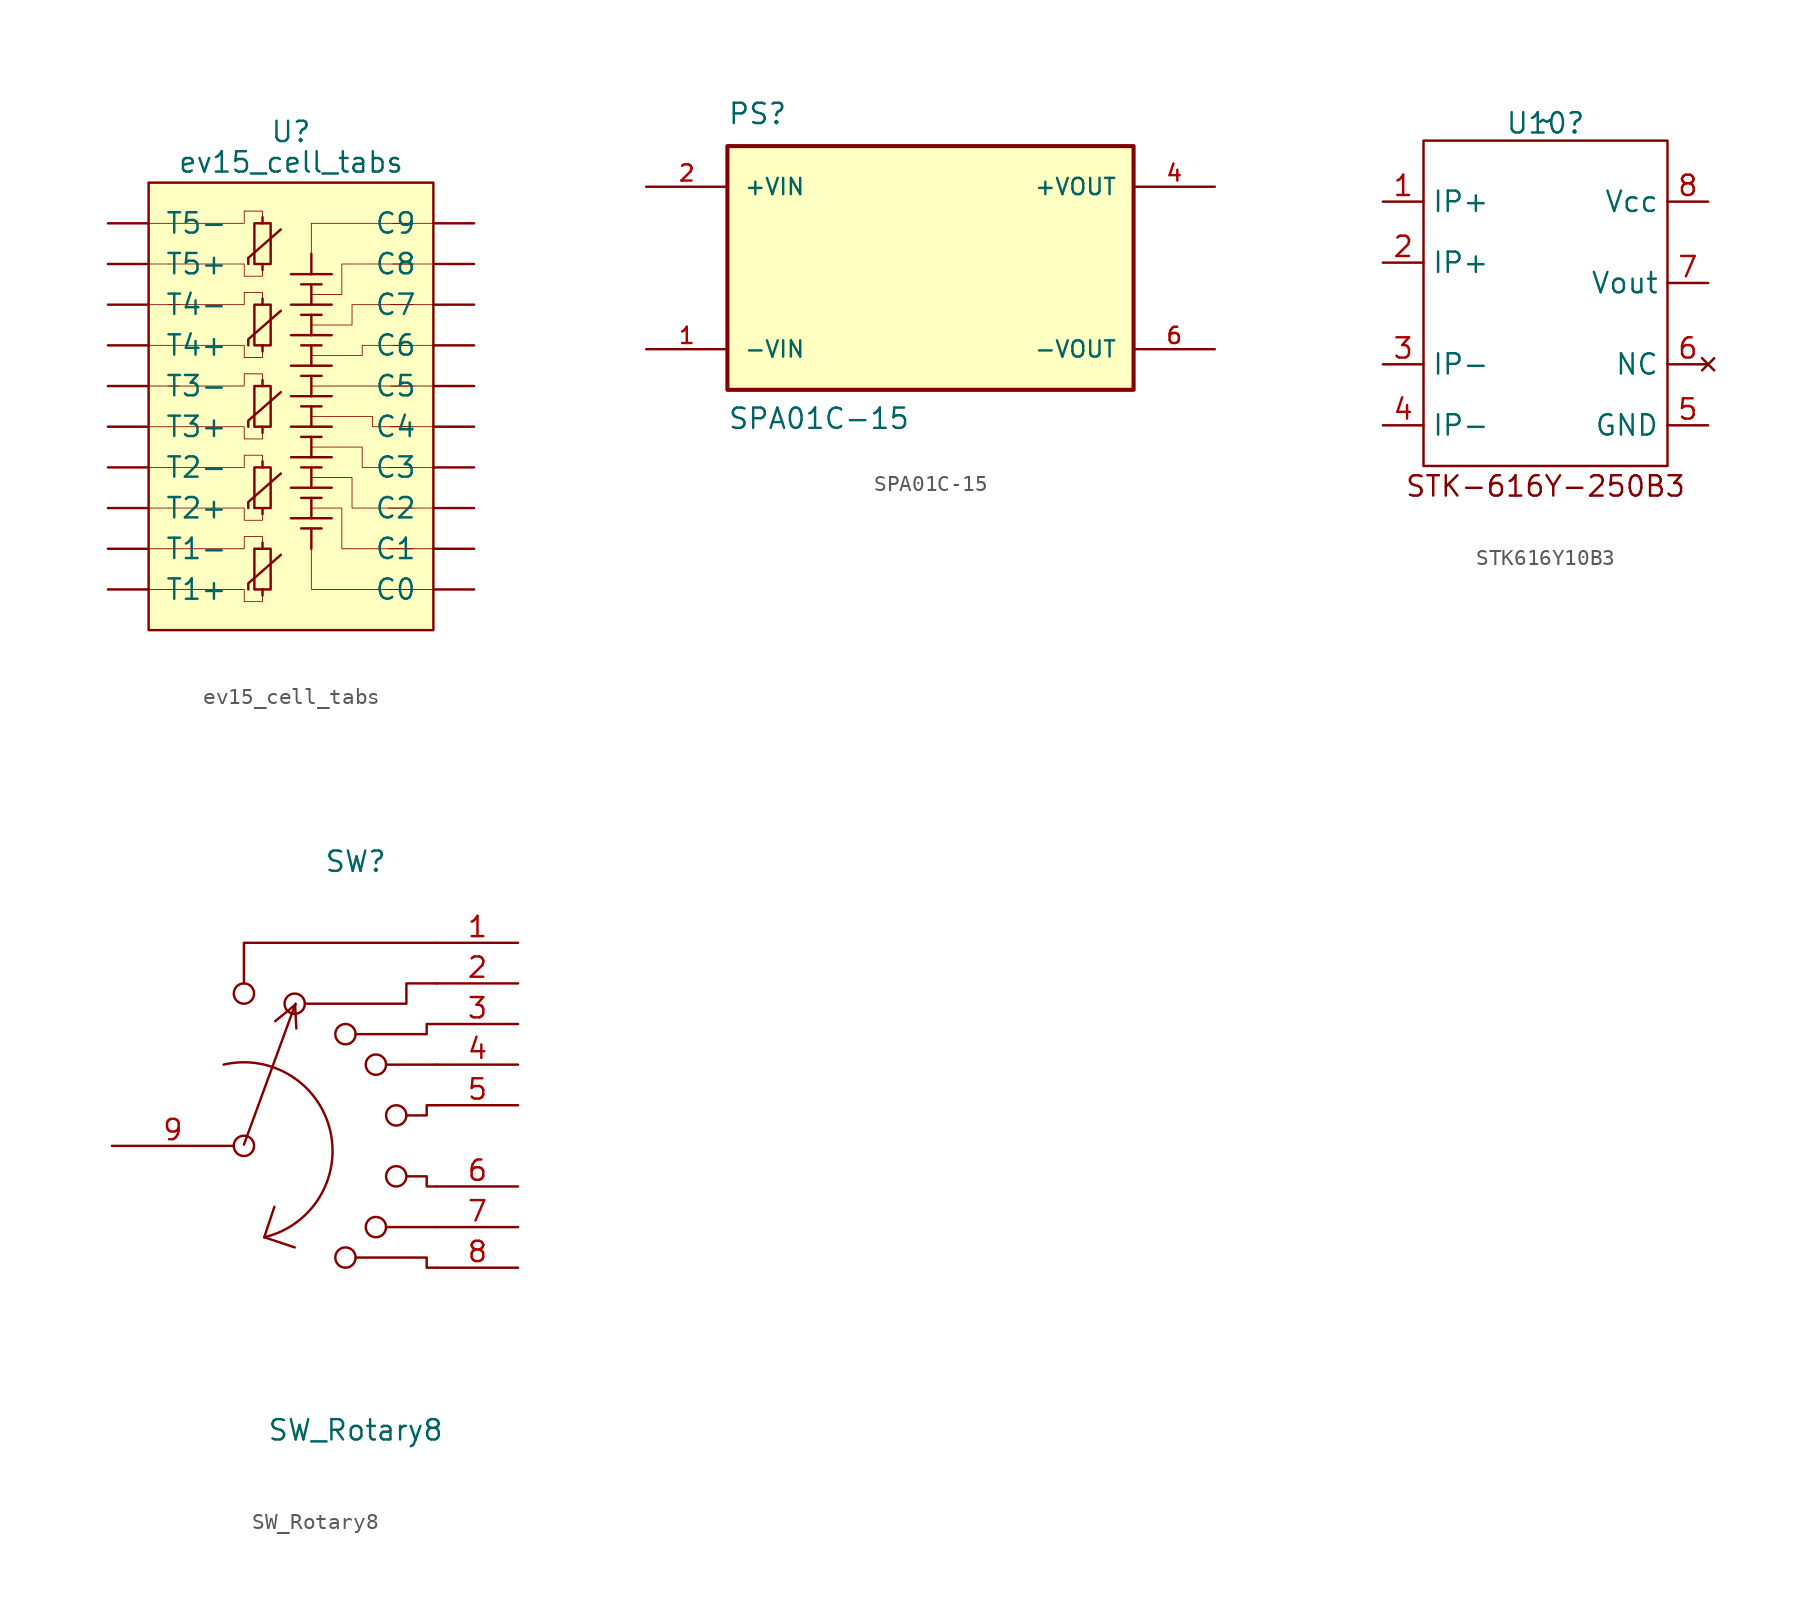
<source format=kicad_sym>
(kicad_symbol_lib
  (version 20241209)
  (generator "kicad_symbol_editor")
  (generator_version "9.0")
  (symbol "ev15_cell_tabs"
    (pin_numbers
      (hide yes))
    (pin_names
      (offset 1.016))
    (property "Reference" "U"
      (at 11.43 5.715 0)
      (effects (font (size 1.27 1.27))))
    (property "Value" "ev15_cell_tabs"
      (at 11.43 3.81 0)
      (effects (font (size 1.27 1.27))))
    (symbol "ev15_cell_tabs_0_1"
      (rectangle (start 2.54 2.54) (end 20.32 -25.4) (stroke (width 0) (type solid)) (fill (type background)))
      (polyline (pts (xy 2.54 0) (xy 3.81 0)) (stroke (width 0.051) (type solid)) (fill (type none)))
      (polyline (pts (xy 2.54 -5.08) (xy 4.445 -5.08)) (stroke (width 0.051) (type solid)) (fill (type none)))
      (polyline (pts (xy 2.54 -10.16) (xy 4.445 -10.16)) (stroke (width 0.051) (type solid)) (fill (type none)))
      (polyline (pts (xy 2.54 -15.24) (xy 3.81 -15.24)) (stroke (width 0.051) (type solid)) (fill (type none)))
      (polyline (pts (xy 2.54 -20.32) (xy 3.81 -20.32)) (stroke (width 0.051) (type solid)) (fill (type none)))
      (polyline (pts (xy 3.81 -2.54) (xy 2.54 -2.54)) (stroke (width 0.051) (type solid)) (fill (type none)))
      (polyline (pts (xy 3.81 -7.62) (xy 2.54 -7.62)) (stroke (width 0.051) (type solid)) (fill (type none)))
      (polyline (pts (xy 3.81 -12.7) (xy 2.54 -12.7)) (stroke (width 0.051) (type solid)) (fill (type none)))
      (polyline (pts (xy 3.81 -17.78) (xy 2.54 -17.78)) (stroke (width 0.051) (type solid)) (fill (type none)))
      (polyline (pts (xy 3.81 -22.86) (xy 2.54 -22.86)) (stroke (width 0.051) (type solid)) (fill (type none)))
      (polyline (pts (xy 3.81 -22.86) (xy 8.509 -22.86) (xy 8.509 -23.622) (xy 9.652 -23.622) (xy 9.652 -23.241)) (stroke (width 0.051) (type solid)) (fill (type none)))
      (polyline (pts (xy 8.763 -2.54) (xy 8.763 -2.159) (xy 10.795 -0.381)) (stroke (width 0) (type solid)) (fill (type none)))
      (rectangle (start 9.144 0) (end 10.16 -2.54) (stroke (width 0) (type solid)) (fill (type none)))
      (polyline (pts (xy 9.652 0) (xy 9.652 0.381)) (stroke (width 0) (type solid)) (fill (type none)))
      (polyline (pts (xy 9.652 -2.54) (xy 9.652 -2.921)) (stroke (width 0) (type solid)) (fill (type none)))
      (polyline (pts (xy 9.652 -19.939) (xy 9.652 -19.558) (xy 8.509 -19.558) (xy 8.509 -20.193) (xy 8.509 -20.32) (xy 3.81 -20.32)) (stroke (width 0.051) (type solid)) (fill (type none)))
      (polyline (pts (xy 11.43 -16.51) (xy 13.97 -16.51)) (stroke (width 0) (type solid)) (fill (type none)))
      (polyline (pts (xy 11.43 -18.415) (xy 13.97 -18.415)) (stroke (width 0) (type solid)) (fill (type none)))
      (polyline (pts (xy 12.065 -17.145) (xy 13.335 -17.145)) (stroke (width 0) (type solid)) (fill (type none)))
      (polyline (pts (xy 12.065 -19.05) (xy 13.335 -19.05)) (stroke (width 0) (type solid)) (fill (type none)))
      (polyline (pts (xy 12.7 -1.905) (xy 12.7 0) (xy 19.05 0)) (stroke (width 0.051) (type solid)) (fill (type none)))
      (polyline (pts (xy 12.7 -3.175) (xy 12.7 -1.905)) (stroke (width 0) (type solid)) (fill (type none)))
      (polyline (pts (xy 12.7 -4.445) (xy 14.605 -4.445) (xy 14.605 -2.54) (xy 19.05 -2.54)) (stroke (width 0.051) (type solid)) (fill (type none)))
      (polyline (pts (xy 12.7 -8.255) (xy 15.875 -8.255) (xy 15.875 -7.62) (xy 19.05 -7.62)) (stroke (width 0.051) (type solid)) (fill (type none)))
      (polyline (pts (xy 12.7 -12.065) (xy 16.51 -12.065) (xy 16.51 -12.7) (xy 19.05 -12.7)) (stroke (width 0.051) (type solid)) (fill (type none)))
      (polyline (pts (xy 12.7 -15.875) (xy 15.24 -15.875) (xy 15.24 -17.78) (xy 19.05 -17.78)) (stroke (width 0.051) (type solid)) (fill (type none)))
      (polyline (pts (xy 12.7 -17.145) (xy 12.7 -18.415)) (stroke (width 0) (type solid)) (fill (type none)))
      (polyline (pts (xy 12.7 -19.05) (xy 12.7 -20.32)) (stroke (width 0) (type solid)) (fill (type none)))
      (polyline (pts (xy 12.7 -20.32) (xy 12.7 -22.86) (xy 19.05 -22.86)) (stroke (width 0.051) (type solid)) (fill (type none)))
      (polyline (pts (xy 17.526 -17.78) (xy 20.828 -17.78)) (stroke (width 0.051) (type solid)) (fill (type none)))
      (polyline (pts (xy 17.526 -20.32) (xy 20.828 -20.32)) (stroke (width 0.051) (type solid)) (fill (type none)))
      (polyline (pts (xy 17.653 -12.7) (xy 20.32 -12.7)) (stroke (width 0.051) (type solid)) (fill (type none)))
      (polyline (pts (xy 17.78 0) (xy 20.32 0)) (stroke (width 0.051) (type solid)) (fill (type none)))
      (polyline (pts (xy 17.78 -7.62) (xy 20.32 -7.62)) (stroke (width 0.051) (type solid)) (fill (type none)))
      (polyline (pts (xy 19.05 -5.08) (xy 15.24 -5.08) (xy 15.24 -6.35) (xy 12.7 -6.35)) (stroke (width 0.051) (type solid)) (fill (type none)))
      (polyline (pts (xy 19.05 -10.16) (xy 12.7 -10.16)) (stroke (width 0.051) (type solid)) (fill (type none)))
      (polyline (pts (xy 19.05 -15.24) (xy 15.875 -15.24) (xy 15.875 -13.97) (xy 12.7 -13.97)) (stroke (width 0.051) (type solid)) (fill (type none)))
      (polyline (pts (xy 19.05 -20.32) (xy 14.605 -20.32) (xy 14.605 -17.78) (xy 12.7 -17.78)) (stroke (width 0.051) (type solid)) (fill (type none)))
      (polyline (pts (xy 20.32 -2.54) (xy 17.78 -2.54)) (stroke (width 0.051) (type solid)) (fill (type none)))
      (polyline (pts (xy 20.32 -10.16) (xy 17.653 -10.16)) (stroke (width 0.051) (type solid)) (fill (type none)))
      (polyline (pts (xy 20.32 -15.24) (xy 17.526 -15.24)) (stroke (width 0.051) (type solid)) (fill (type none)))
      (polyline (pts (xy 20.447 -5.08) (xy 17.653 -5.08)) (stroke (width 0.051) (type solid)) (fill (type none)))
      (polyline (pts (xy 20.574 -22.86) (xy 17.399 -22.86)) (stroke (width 0.051) (type solid)) (fill (type none))))
    (symbol "ev15_cell_tabs_1_1"
      (polyline (pts (xy 3.81 -2.54) (xy 8.509 -2.54) (xy 8.509 -3.302) (xy 9.652 -3.302) (xy 9.652 -2.921)) (stroke (width 0.051) (type solid)) (fill (type none)))
      (polyline (pts (xy 3.81 -7.62) (xy 8.509 -7.62) (xy 8.509 -8.382) (xy 9.652 -8.382) (xy 9.652 -8.001)) (stroke (width 0.051) (type solid)) (fill (type none)))
      (polyline (pts (xy 3.81 -12.7) (xy 8.509 -12.7) (xy 8.509 -13.462) (xy 9.652 -13.462) (xy 9.652 -13.081)) (stroke (width 0.051) (type solid)) (fill (type none)))
      (polyline (pts (xy 3.81 -17.78) (xy 8.509 -17.78) (xy 8.509 -18.542) (xy 9.652 -18.542) (xy 9.652 -18.161)) (stroke (width 0.051) (type solid)) (fill (type none)))
      (polyline (pts (xy 8.763 -7.62) (xy 8.763 -7.239) (xy 10.795 -5.461)) (stroke (width 0) (type solid)) (fill (type none)))
      (polyline (pts (xy 8.763 -12.7) (xy 8.763 -12.319) (xy 10.795 -10.541)) (stroke (width 0) (type solid)) (fill (type none)))
      (polyline (pts (xy 8.763 -17.78) (xy 8.763 -17.399) (xy 10.795 -15.621)) (stroke (width 0) (type solid)) (fill (type none)))
      (polyline (pts (xy 8.763 -22.86) (xy 8.763 -22.479) (xy 10.795 -20.701)) (stroke (width 0) (type solid)) (fill (type none)))
      (rectangle (start 9.144 -5.08) (end 10.16 -7.62) (stroke (width 0) (type solid)) (fill (type none)))
      (rectangle (start 9.144 -10.16) (end 10.16 -12.7) (stroke (width 0) (type solid)) (fill (type none)))
      (rectangle (start 9.144 -15.24) (end 10.16 -17.78) (stroke (width 0) (type solid)) (fill (type none)))
      (rectangle (start 9.144 -20.32) (end 10.16 -22.86) (stroke (width 0) (type solid)) (fill (type none)))
      (polyline (pts (xy 9.652 0.381) (xy 9.652 0.762) (xy 8.509 0.762) (xy 8.509 0.127) (xy 8.509 0) (xy 3.81 0)) (stroke (width 0.051) (type solid)) (fill (type none)))
      (polyline (pts (xy 9.652 -4.699) (xy 9.652 -4.318) (xy 8.509 -4.318) (xy 8.509 -4.953) (xy 8.509 -5.08) (xy 3.81 -5.08)) (stroke (width 0.051) (type solid)) (fill (type none)))
      (polyline (pts (xy 9.652 -5.08) (xy 9.652 -4.699)) (stroke (width 0) (type solid)) (fill (type none)))
      (polyline (pts (xy 9.652 -7.62) (xy 9.652 -8.001)) (stroke (width 0) (type solid)) (fill (type none)))
      (polyline (pts (xy 9.652 -9.779) (xy 9.652 -9.398) (xy 8.509 -9.398) (xy 8.509 -10.033) (xy 8.509 -10.16) (xy 3.81 -10.16)) (stroke (width 0.051) (type solid)) (fill (type none)))
      (polyline (pts (xy 9.652 -10.16) (xy 9.652 -9.779)) (stroke (width 0) (type solid)) (fill (type none)))
      (polyline (pts (xy 9.652 -12.7) (xy 9.652 -13.081)) (stroke (width 0) (type solid)) (fill (type none)))
      (polyline (pts (xy 9.652 -14.859) (xy 9.652 -14.478) (xy 8.509 -14.478) (xy 8.509 -15.113) (xy 8.509 -15.24) (xy 3.81 -15.24)) (stroke (width 0.051) (type solid)) (fill (type none)))
      (polyline (pts (xy 9.652 -15.24) (xy 9.652 -14.859)) (stroke (width 0) (type solid)) (fill (type none)))
      (polyline (pts (xy 9.652 -17.78) (xy 9.652 -18.161)) (stroke (width 0) (type solid)) (fill (type none)))
      (polyline (pts (xy 9.652 -20.32) (xy 9.652 -19.939)) (stroke (width 0) (type solid)) (fill (type none)))
      (polyline (pts (xy 9.652 -22.86) (xy 9.652 -23.241)) (stroke (width 0) (type solid)) (fill (type none)))
      (polyline (pts (xy 11.43 -3.175) (xy 13.97 -3.175)) (stroke (width 0) (type solid)) (fill (type none)))
      (polyline (pts (xy 11.43 -5.08) (xy 13.97 -5.08)) (stroke (width 0) (type solid)) (fill (type none)))
      (polyline (pts (xy 11.43 -6.985) (xy 13.97 -6.985)) (stroke (width 0) (type solid)) (fill (type none)))
      (polyline (pts (xy 11.43 -8.89) (xy 13.97 -8.89)) (stroke (width 0) (type solid)) (fill (type none)))
      (polyline (pts (xy 11.43 -10.795) (xy 13.97 -10.795)) (stroke (width 0) (type solid)) (fill (type none)))
      (polyline (pts (xy 11.43 -12.7) (xy 13.97 -12.7)) (stroke (width 0) (type solid)) (fill (type none)))
      (polyline (pts (xy 11.43 -14.605) (xy 13.97 -14.605)) (stroke (width 0) (type solid)) (fill (type none)))
      (polyline (pts (xy 12.065 -3.81) (xy 13.335 -3.81)) (stroke (width 0) (type solid)) (fill (type none)))
      (polyline (pts (xy 12.065 -5.715) (xy 13.335 -5.715)) (stroke (width 0) (type solid)) (fill (type none)))
      (polyline (pts (xy 12.065 -7.62) (xy 13.335 -7.62)) (stroke (width 0) (type solid)) (fill (type none)))
      (polyline (pts (xy 12.065 -9.525) (xy 13.335 -9.525)) (stroke (width 0) (type solid)) (fill (type none)))
      (polyline (pts (xy 12.065 -11.43) (xy 13.335 -11.43)) (stroke (width 0) (type solid)) (fill (type none)))
      (polyline (pts (xy 12.065 -13.335) (xy 13.335 -13.335)) (stroke (width 0) (type solid)) (fill (type none)))
      (polyline (pts (xy 12.065 -15.24) (xy 13.335 -15.24)) (stroke (width 0) (type solid)) (fill (type none)))
      (polyline (pts (xy 12.7 -3.81) (xy 12.7 -5.08)) (stroke (width 0) (type solid)) (fill (type none)))
      (polyline (pts (xy 12.7 -5.715) (xy 12.7 -6.985)) (stroke (width 0) (type solid)) (fill (type none)))
      (polyline (pts (xy 12.7 -7.62) (xy 12.7 -8.89)) (stroke (width 0) (type solid)) (fill (type none)))
      (polyline (pts (xy 12.7 -9.525) (xy 12.7 -10.795)) (stroke (width 0) (type solid)) (fill (type none)))
      (polyline (pts (xy 12.7 -11.43) (xy 12.7 -12.7)) (stroke (width 0) (type solid)) (fill (type none)))
      (polyline (pts (xy 12.7 -13.335) (xy 12.7 -14.605)) (stroke (width 0) (type solid)) (fill (type none)))
      (polyline (pts (xy 12.7 -15.24) (xy 12.7 -16.51)) (stroke (width 0) (type solid)) (fill (type none)))
      (pin input line (at 0 0 0) (length 2.54) (name "T5-" (effects (font (size 1.27 1.27)))) (number "20" (effects (font (size 1.27 1.27)))))
      (pin input line (at 0 -2.54 0) (length 2.54) (name "T5+" (effects (font (size 1.27 1.27)))) (number "19" (effects (font (size 1.27 1.27)))))
      (pin input line (at 0 -5.08 0) (length 2.54) (name "T4-" (effects (font (size 1.27 1.27)))) (number "18" (effects (font (size 1.27 1.27)))))
      (pin input line (at 0 -7.62 0) (length 2.54) (name "T4+" (effects (font (size 1.27 1.27)))) (number "17" (effects (font (size 1.27 1.27)))))
      (pin input line (at 0 -10.16 0) (length 2.54) (name "T3-" (effects (font (size 1.27 1.27)))) (number "16" (effects (font (size 1.27 1.27)))))
      (pin input line (at 0 -12.7 0) (length 2.54) (name "T3+" (effects (font (size 1.27 1.27)))) (number "15" (effects (font (size 1.27 1.27)))))
      (pin input line (at 0 -15.24 0) (length 2.54) (name "T2-" (effects (font (size 1.27 1.27)))) (number "14" (effects (font (size 1.27 1.27)))))
      (pin input line (at 0 -17.78 0) (length 2.54) (name "T2+" (effects (font (size 1.27 1.27)))) (number "13" (effects (font (size 1.27 1.27)))))
      (pin input line (at 0 -20.32 0) (length 2.54) (name "T1-" (effects (font (size 1.27 1.27)))) (number "12" (effects (font (size 1.27 1.27)))))
      (pin input line (at 0 -22.86 0) (length 2.54) (name "T1+" (effects (font (size 1.27 1.27)))) (number "11" (effects (font (size 1.27 1.27)))))
      (pin input line (at 22.86 0 180) (length 2.54) (name "C9" (effects (font (size 1.27 1.27)))) (number "10" (effects (font (size 1.27 1.27)))))
      (pin input line (at 22.86 -2.54 180) (length 2.54) (name "C8" (effects (font (size 1.27 1.27)))) (number "9" (effects (font (size 1.27 1.27)))))
      (pin input line (at 22.86 -5.08 180) (length 2.54) (name "C7" (effects (font (size 1.27 1.27)))) (number "8" (effects (font (size 1.27 1.27)))))
      (pin input line (at 22.86 -7.62 180) (length 2.54) (name "C6" (effects (font (size 1.27 1.27)))) (number "7" (effects (font (size 1.27 1.27)))))
      (pin input line (at 22.86 -10.16 180) (length 2.54) (name "C5" (effects (font (size 1.27 1.27)))) (number "6" (effects (font (size 1.27 1.27)))))
      (pin input line (at 22.86 -12.7 180) (length 2.54) (name "C4" (effects (font (size 1.27 1.27)))) (number "5" (effects (font (size 1.27 1.27)))))
      (pin input line (at 22.86 -15.24 180) (length 2.54) (name "C3" (effects (font (size 1.27 1.27)))) (number "4" (effects (font (size 1.27 1.27)))))
      (pin input line (at 22.86 -17.78 180) (length 2.54) (name "C2" (effects (font (size 1.27 1.27)))) (number "3" (effects (font (size 1.27 1.27)))))
      (pin input line (at 22.86 -20.32 180) (length 2.54) (name "C1" (effects (font (size 1.27 1.27)))) (number "2" (effects (font (size 1.27 1.27)))))
      (pin input line (at 22.86 -22.86 180) (length 2.54) (name "C0" (effects (font (size 1.27 1.27)))) (number "1" (effects (font (size 1.27 1.27)))))))
  (symbol "SPA01C-15"
    (pin_names
      (offset 1.016))
    (property "Reference" "PS"
      (at -12.704 8.898 0)
      (effects (font (size 1.27 1.27)) (justify left bottom)))
    (property "Value" "SPA01C-15"
      (at -12.701 -10.163 0)
      (effects (font (size 1.27 1.27)) (justify left bottom)))
    (symbol "SPA01C-15_0_0"
      (rectangle (start -12.7 -7.62) (end 12.7 7.62) (stroke (width 0.254) (type default)) (fill (type background)))
      (pin input line (at -17.78 5.08 0) (length 5.08) (name "+VIN" (effects (font (size 1.016 1.016)))) (number "2" (effects (font (size 1.016 1.016)))))
      (pin input line (at -17.78 -5.08 0) (length 5.08) (name "-VIN" (effects (font (size 1.016 1.016)))) (number "1" (effects (font (size 1.016 1.016)))))
      (pin output line (at 17.78 5.08 180) (length 5.08) (name "+VOUT" (effects (font (size 1.016 1.016)))) (number "4" (effects (font (size 1.016 1.016)))))
      (pin output line (at 17.78 -5.08 180) (length 5.08) (name "-VOUT" (effects (font (size 1.016 1.016)))) (number "6" (effects (font (size 1.016 1.016)))))))
  (symbol "STK616Y10B3"
    (property "Reference" "U10"
      (at 0 -0.18 0)
      (effects (font (size 1.27 1.27))))
    (property "Value" "~"
      (at 0 0 0)
      (effects (font (size 1.27 1.27))))
    (symbol "STK616Y10B3_0_1"
      (rectangle (start -7.62 -1.27) (end 7.62 -21.59) (stroke (width 0) (type default)) (fill (type none))))
    (symbol "STK616Y10B3_1_1"
      (text "STK-616Y-250B3" (at 0 -22.86 0) (effects (font (size 1.27 1.27))))
      (pin input line (at -10.16 -5.08 0) (length 2.54) (name "IP+" (effects (font (size 1.27 1.27)))) (number "1" (effects (font (size 1.27 1.27)))))
      (pin input line (at -10.16 -8.89 0) (length 2.54) (name "IP+" (effects (font (size 1.27 1.27)))) (number "2" (effects (font (size 1.27 1.27)))))
      (pin input line (at -10.16 -15.24 0) (length 2.54) (name "IP-" (effects (font (size 1.27 1.27)))) (number "3" (effects (font (size 1.27 1.27)))))
      (pin input line (at -10.16 -19.05 0) (length 2.54) (name "IP-" (effects (font (size 1.27 1.27)))) (number "4" (effects (font (size 1.27 1.27)))))
      (pin power_in line (at 10.16 -5.08 180) (length 2.54) (name "Vcc" (effects (font (size 1.27 1.27)))) (number "8" (effects (font (size 1.27 1.27)))))
      (pin output line (at 10.16 -10.16 180) (length 2.54) (name "Vout" (effects (font (size 1.27 1.27)))) (number "7" (effects (font (size 1.27 1.27)))))
      (pin no_connect line (at 10.16 -15.24 180) (length 2.54) (name "NC" (effects (font (size 1.27 1.27)))) (number "6" (effects (font (size 1.27 1.27)))))
      (pin power_out line (at 10.16 -19.05 180) (length 2.54) (name "GND" (effects (font (size 1.27 1.27)))) (number "5" (effects (font (size 1.27 1.27)))))))
  (symbol "SW_Rotary8"
    (pin_names
      (offset 1.016)
      (hide yes))
    (property "Reference" "SW"
      (at 0 17.78 0)
      (effects (font (size 1.27 1.27))))
    (property "Value" "SW_Rotary8"
      (at 0 -17.78 0)
      (effects (font (size 1.27 1.27))))
    (symbol "SW_Rotary8_0_0"
      (arc (start -8.255 5.08) (mid -1.6023 0.949) (end -5.715 -5.715) (stroke (width 0) (type solid)) (fill (type none)))
      (polyline (pts (xy -6.985 10.16) (xy -6.985 12.7) (xy 5.08 12.7)) (stroke (width 0) (type solid)) (fill (type none)))
      (circle (center -6.985 9.525) (radius 0.635) (stroke (width 0) (type solid)) (fill (type none)))
      (circle (center -6.985 0) (radius 0.635) (stroke (width 0) (type solid)) (fill (type none)))
      (polyline (pts (xy -5.715 -5.715) (xy -5.08 -3.81)) (stroke (width 0) (type solid)) (fill (type none)))
      (polyline (pts (xy -5.715 -5.715) (xy -3.81 -6.35)) (stroke (width 0) (type solid)) (fill (type none)))
      (circle (center -3.81 8.89) (radius 0.635) (stroke (width 0) (type solid)) (fill (type none)))
      (polyline (pts (xy -3.175 8.89) (xy 3.175 8.89) (xy 3.175 10.16) (xy 5.08 10.16)) (stroke (width 0) (type solid)) (fill (type none)))
      (circle (center -0.635 6.985) (radius 0.635) (stroke (width 0) (type solid)) (fill (type none)))
      (circle (center -0.635 -6.985) (radius 0.635) (stroke (width 0) (type solid)) (fill (type none)))
      (polyline (pts (xy 0 6.985) (xy 4.445 6.985) (xy 4.445 7.62) (xy 5.08 7.62)) (stroke (width 0) (type solid)) (fill (type none)))
      (polyline (pts (xy 0 -6.985) (xy 4.445 -6.985) (xy 4.445 -7.62) (xy 5.08 -7.62)) (stroke (width 0) (type solid)) (fill (type none)))
      (circle (center 1.27 5.08) (radius 0.635) (stroke (width 0) (type solid)) (fill (type none)))
      (circle (center 1.27 -5.08) (radius 0.635) (stroke (width 0) (type solid)) (fill (type none)))
      (polyline (pts (xy 1.905 5.08) (xy 5.08 5.08)) (stroke (width 0) (type solid)) (fill (type none)))
      (polyline (pts (xy 1.905 -5.08) (xy 5.08 -5.08)) (stroke (width 0) (type solid)) (fill (type none)))
      (circle (center 2.54 1.905) (radius 0.635) (stroke (width 0) (type solid)) (fill (type none)))
      (circle (center 2.54 -1.905) (radius 0.635) (stroke (width 0) (type solid)) (fill (type none)))
      (polyline (pts (xy 3.175 1.905) (xy 4.445 1.905) (xy 4.445 2.54) (xy 5.08 2.54)) (stroke (width 0) (type solid)) (fill (type none)))
      (polyline (pts (xy 3.175 -1.905) (xy 4.445 -1.905) (xy 4.445 -2.54) (xy 5.08 -2.54)) (stroke (width 0) (type solid)) (fill (type none))))
    (symbol "SW_Rotary8_0_1"
      (polyline (pts (xy -3.785 8.839) (xy -3.708 7.341)) (stroke (width 0) (type solid)) (fill (type none)))
      (polyline (pts (xy -3.759 8.89) (xy -6.985 0.076)) (stroke (width 0) (type solid)) (fill (type none)))
      (polyline (pts (xy -3.759 8.839) (xy -5.029 7.798)) (stroke (width 0) (type solid)) (fill (type none)))
      (pin passive line (at -15.24 0 0) (length 7.62) (hide yes) (name "11" (effects (font (size 1.27 1.27)))) (number "10" (effects (font (size 1.27 1.27)))))
      (pin passive line (at 10.16 12.7 180) (length 5.08) (name "1" (effects (font (size 1.27 1.27)))) (number "1" (effects (font (size 1.27 1.27)))))
      (pin passive line (at 10.16 10.16 180) (length 5.08) (name "2" (effects (font (size 1.27 1.27)))) (number "2" (effects (font (size 1.27 1.27)))))
      (pin passive line (at 10.16 7.62 180) (length 5.08) (name "3" (effects (font (size 1.27 1.27)))) (number "3" (effects (font (size 1.27 1.27)))))
      (pin passive line (at 10.16 5.08 180) (length 5.08) (name "4" (effects (font (size 1.27 1.27)))) (number "4" (effects (font (size 1.27 1.27)))))
      (pin passive line (at 10.16 2.54 180) (length 5.08) (name "5" (effects (font (size 1.27 1.27)))) (number "5" (effects (font (size 1.27 1.27)))))
      (pin passive line (at 10.16 -2.54 180) (length 5.08) (name "6" (effects (font (size 1.27 1.27)))) (number "6" (effects (font (size 1.27 1.27)))))
      (pin passive line (at 10.16 -5.08 180) (length 5.08) (name "7" (effects (font (size 1.27 1.27)))) (number "7" (effects (font (size 1.27 1.27)))))
      (pin passive line (at 10.16 -7.62 180) (length 5.08) (name "8" (effects (font (size 1.27 1.27)))) (number "8" (effects (font (size 1.27 1.27))))))
    (symbol "SW_Rotary8_1_1"
      (pin passive line (at -15.24 0 0) (length 7.62) (name "11" (effects (font (size 1.27 1.27)))) (number "9" (effects (font (size 1.27 1.27))))))))
</source>
